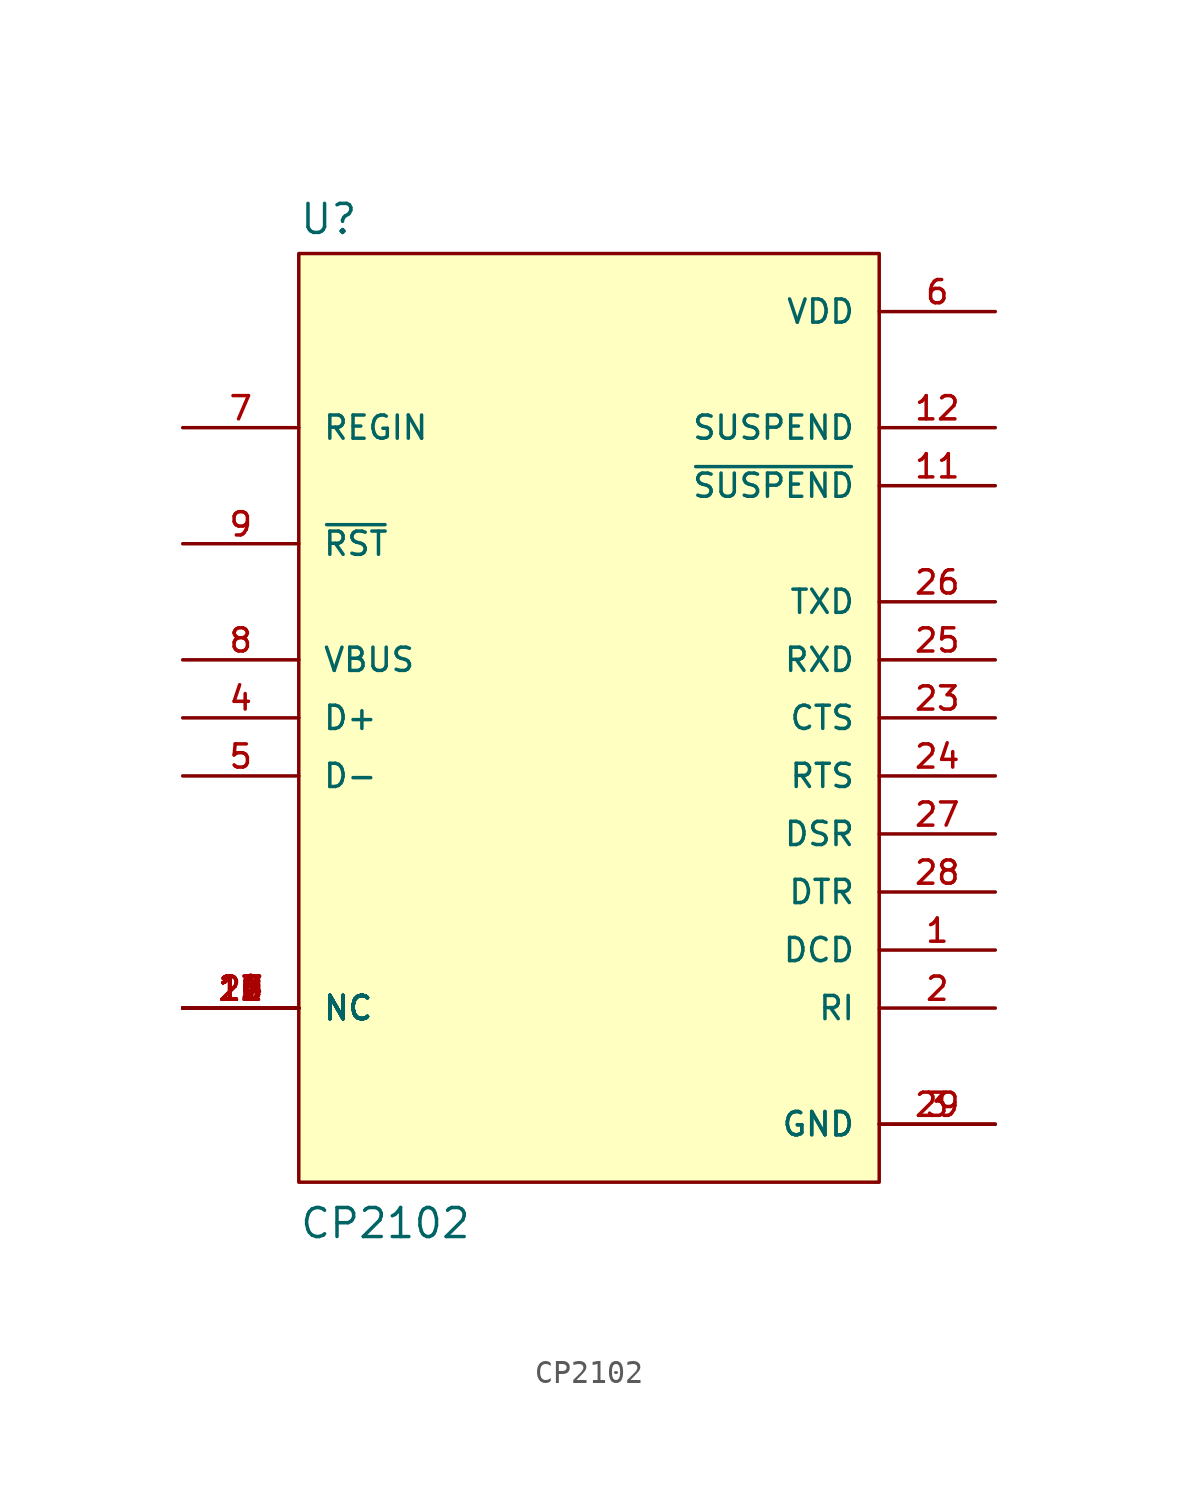
<source format=kicad_sym>
(kicad_symbol_lib
  (version 20211014)
  (generator kicad_symbol_editor)
  (symbol "CP2102"
    (pin_names
      (offset 1.016))
    (property "Reference" "U"
      (at -12.7 21.082 0)
      (effects (font (size 1.27 1.27)) (justify bottom left)))
    (property "Value" "CP2102"
      (at -12.7 -22.86 0)
      (effects (font (size 1.27 1.27)) (justify bottom left)))
    (symbol "CP2102_0_0"
      (rectangle (start -12.7 -20.32) (end 12.7 20.32) (stroke (width 0.152)) (fill (type background)))
      (pin power_in line (at 17.78 17.78 180.0) (length 5.08) (name "VDD" (effects (font (size 1.016 1.016)))) (number "6" (effects (font (size 1.016 1.016)))))
      (pin bidirectional line (at -17.78 7.62 0) (length 5.08) (name "~{RST}" (effects (font (size 1.016 1.016)))) (number "9" (effects (font (size 1.016 1.016)))))
      (pin power_in line (at 17.78 -17.78 180.0) (length 5.08) (name "GND" (effects (font (size 1.016 1.016)))) (number "3" (effects (font (size 1.016 1.016)))))
      (pin power_in line (at 17.78 -17.78 180.0) (length 5.08) (name "GND" (effects (font (size 1.016 1.016)))) (number "29" (effects (font (size 1.016 1.016)))))
      (pin input line (at -17.78 12.7 0) (length 5.08) (name "REGIN" (effects (font (size 1.016 1.016)))) (number "7" (effects (font (size 1.016 1.016)))))
      (pin bidirectional line (at -17.78 0.0 0) (length 5.08) (name "D+" (effects (font (size 1.016 1.016)))) (number "4" (effects (font (size 1.016 1.016)))))
      (pin input line (at -17.78 2.54 0) (length 5.08) (name "VBUS" (effects (font (size 1.016 1.016)))) (number "8" (effects (font (size 1.016 1.016)))))
      (pin bidirectional line (at -17.78 -2.54 0) (length 5.08) (name "D-" (effects (font (size 1.016 1.016)))) (number "5" (effects (font (size 1.016 1.016)))))
      (pin output line (at 17.78 5.08 180.0) (length 5.08) (name "TXD" (effects (font (size 1.016 1.016)))) (number "26" (effects (font (size 1.016 1.016)))))
      (pin input line (at 17.78 2.54 180.0) (length 5.08) (name "RXD" (effects (font (size 1.016 1.016)))) (number "25" (effects (font (size 1.016 1.016)))))
      (pin output line (at 17.78 -2.54 180.0) (length 5.08) (name "RTS" (effects (font (size 1.016 1.016)))) (number "24" (effects (font (size 1.016 1.016)))))
      (pin input line (at 17.78 0.0 180.0) (length 5.08) (name "CTS" (effects (font (size 1.016 1.016)))) (number "23" (effects (font (size 1.016 1.016)))))
      (pin input line (at 17.78 -5.08 180.0) (length 5.08) (name "DSR" (effects (font (size 1.016 1.016)))) (number "27" (effects (font (size 1.016 1.016)))))
      (pin input line (at 17.78 -10.16 180.0) (length 5.08) (name "DCD" (effects (font (size 1.016 1.016)))) (number "1" (effects (font (size 1.016 1.016)))))
      (pin output line (at 17.78 -7.62 180.0) (length 5.08) (name "DTR" (effects (font (size 1.016 1.016)))) (number "28" (effects (font (size 1.016 1.016)))))
      (pin input line (at 17.78 -12.7 180.0) (length 5.08) (name "RI" (effects (font (size 1.016 1.016)))) (number "2" (effects (font (size 1.016 1.016)))))
      (pin output line (at 17.78 12.7 180.0) (length 5.08) (name "SUSPEND" (effects (font (size 1.016 1.016)))) (number "12" (effects (font (size 1.016 1.016)))))
      (pin output line (at 17.78 10.16 180.0) (length 5.08) (name "~{SUSPEND}" (effects (font (size 1.016 1.016)))) (number "11" (effects (font (size 1.016 1.016)))))
      (pin passive line (at -17.78 -12.7 0) (length 5.08) (name "NC" (effects (font (size 1.016 1.016)))) (number "10" (effects (font (size 1.016 1.016)))))
      (pin passive line (at -17.78 -12.7 0) (length 5.08) (name "NC" (effects (font (size 1.016 1.016)))) (number "13" (effects (font (size 1.016 1.016)))))
      (pin passive line (at -17.78 -12.7 0) (length 5.08) (name "NC" (effects (font (size 1.016 1.016)))) (number "14" (effects (font (size 1.016 1.016)))))
      (pin passive line (at -17.78 -12.7 0) (length 5.08) (name "NC" (effects (font (size 1.016 1.016)))) (number "15" (effects (font (size 1.016 1.016)))))
      (pin passive line (at -17.78 -12.7 0) (length 5.08) (name "NC" (effects (font (size 1.016 1.016)))) (number "16" (effects (font (size 1.016 1.016)))))
      (pin passive line (at -17.78 -12.7 0) (length 5.08) (name "NC" (effects (font (size 1.016 1.016)))) (number "17" (effects (font (size 1.016 1.016)))))
      (pin passive line (at -17.78 -12.7 0) (length 5.08) (name "NC" (effects (font (size 1.016 1.016)))) (number "18" (effects (font (size 1.016 1.016)))))
      (pin passive line (at -17.78 -12.7 0) (length 5.08) (name "NC" (effects (font (size 1.016 1.016)))) (number "19" (effects (font (size 1.016 1.016)))))
      (pin passive line (at -17.78 -12.7 0) (length 5.08) (name "NC" (effects (font (size 1.016 1.016)))) (number "20" (effects (font (size 1.016 1.016)))))
      (pin passive line (at -17.78 -12.7 0) (length 5.08) (name "NC" (effects (font (size 1.016 1.016)))) (number "21" (effects (font (size 1.016 1.016)))))
      (pin passive line (at -17.78 -12.7 0) (length 5.08) (name "NC" (effects (font (size 1.016 1.016)))) (number "22" (effects (font (size 1.016 1.016))))))))
</source>
